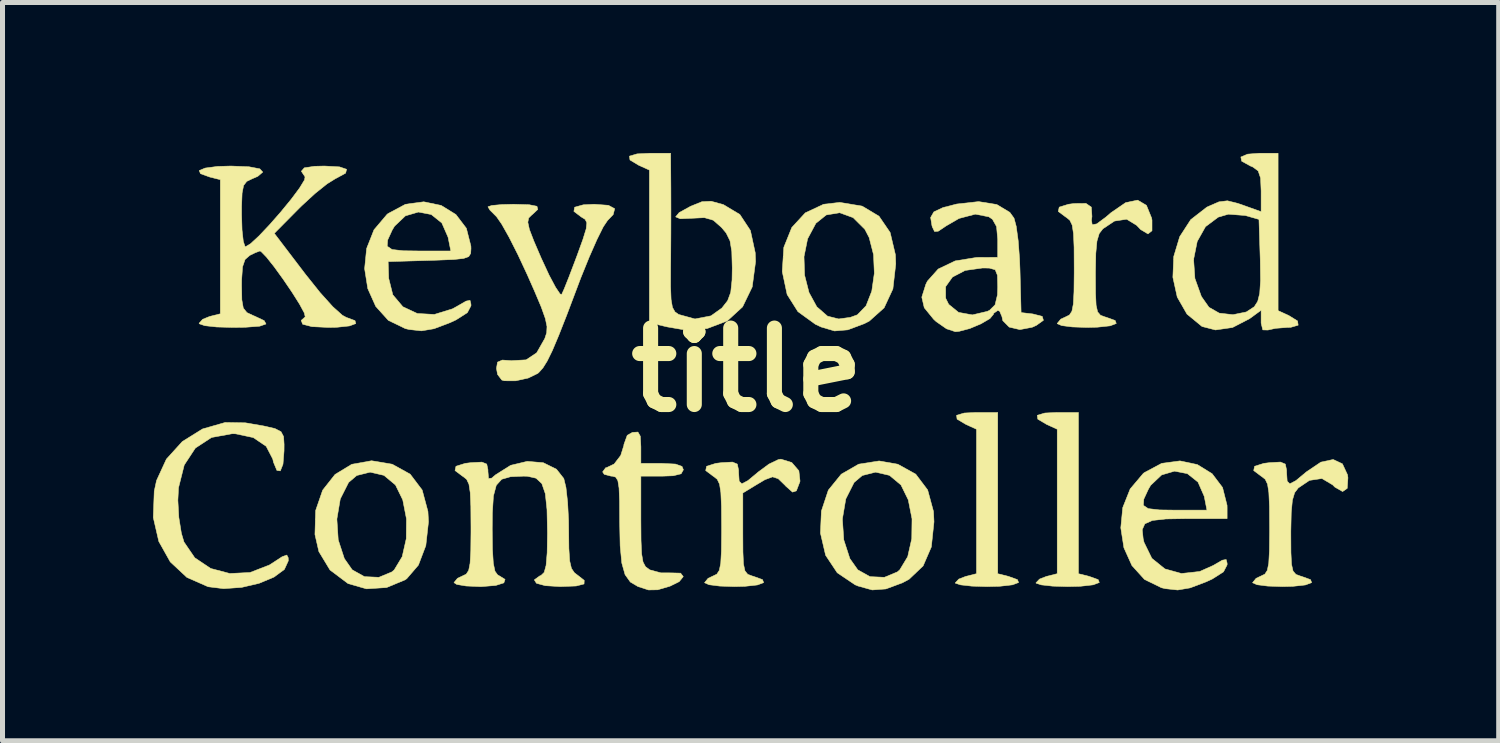
<source format=kicad_pcb>
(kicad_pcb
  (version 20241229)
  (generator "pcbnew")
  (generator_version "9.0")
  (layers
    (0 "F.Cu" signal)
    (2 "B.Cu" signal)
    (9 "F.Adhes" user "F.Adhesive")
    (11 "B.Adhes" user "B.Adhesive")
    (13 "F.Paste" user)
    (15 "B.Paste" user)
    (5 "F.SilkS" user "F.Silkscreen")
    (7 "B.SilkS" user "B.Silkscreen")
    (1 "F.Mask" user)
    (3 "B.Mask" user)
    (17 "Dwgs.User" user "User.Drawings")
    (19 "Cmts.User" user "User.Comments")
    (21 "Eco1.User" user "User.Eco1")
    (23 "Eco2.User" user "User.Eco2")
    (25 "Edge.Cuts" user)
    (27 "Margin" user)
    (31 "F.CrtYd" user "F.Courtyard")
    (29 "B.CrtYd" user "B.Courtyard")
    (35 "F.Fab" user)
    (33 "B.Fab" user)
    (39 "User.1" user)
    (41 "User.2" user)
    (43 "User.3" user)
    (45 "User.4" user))
  (footprint "title"
    (layer "F.Cu")
    (at 11.84 4.323)
    (property "Reference" "title" (at 0 0 0) (layer "F.SilkS") (effects (font (size 1.524 1.524) (thickness 0.3))))
    (attr through_hole)
    (fp_poly (pts (xy 4.995 4.061) (xy 5.207 4.114) (xy 5.388 4.179) (xy 5.411 4.237) (xy 5.289 4.283) (xy 5.033 4.312) (xy 4.784 4.318) (xy 4.48 4.309) (xy 4.256 4.284) (xy 4.151 4.25) (xy 4.149 4.243) (xy 4.22 4.168) (xy 4.36 4.114) (xy 4.572 4.061) (xy 4.572 1.182) (xy 4.36 1.085) (xy 4.185 0.981) (xy 4.175 0.904) (xy 4.327 0.859) (xy 4.572 0.847) (xy 4.995 0.847) (xy 4.995 4.061)) (stroke (width 0.01) (type solid)) (fill yes) (layer "F.SilkS"))
    (fp_poly (pts (xy 6.604 4.061) (xy 6.816 4.114) (xy 6.997 4.179) (xy 7.02 4.237) (xy 6.898 4.283) (xy 6.641 4.312) (xy 6.392 4.318) (xy 6.089 4.309) (xy 5.864 4.284) (xy 5.76 4.25) (xy 5.757 4.243) (xy 5.829 4.168) (xy 5.969 4.114) (xy 6.181 4.061) (xy 6.181 1.182) (xy 5.969 1.085) (xy 5.794 0.981) (xy 5.783 0.904) (xy 5.935 0.859) (xy 6.181 0.847) (xy 6.604 0.847) (xy 6.604 4.061)) (stroke (width 0.01) (type solid)) (fill yes) (layer "F.SilkS"))
    (fp_poly (pts (xy -7.073 1.879) (xy -6.715 2.077) (xy -6.476 2.393) (xy -6.361 2.821) (xy -6.35 3.027) (xy -6.403 3.501) (xy -6.551 3.89) (xy -6.783 4.16) (xy -6.817 4.184) (xy -7.185 4.337) (xy -7.586 4.363) (xy -7.953 4.258) (xy -8.313 3.987) (xy -8.535 3.62) (xy -8.613 3.279) (xy -8.604 2.972) (xy -8.176 2.972) (xy -8.149 3.387) (xy -8.027 3.76) (xy -7.87 3.984) (xy -7.626 4.12) (xy -7.339 4.133) (xy -7.079 4.025) (xy -7.032 3.984) (xy -6.874 3.722) (xy -6.793 3.364) (xy -6.789 2.968) (xy -6.863 2.589) (xy -7.008 2.293) (xy -7.238 2.101) (xy -7.513 2.037) (xy -7.78 2.104) (xy -7.942 2.242) (xy -8.108 2.571) (xy -8.176 2.972) (xy -8.604 2.972) (xy -8.599 2.802) (xy -8.459 2.396) (xy -8.212 2.083) (xy -7.88 1.881) (xy -7.484 1.81) (xy -7.073 1.879)) (stroke (width 0.01) (type solid)) (fill yes) (layer "F.SilkS"))
    (fp_poly (pts (xy 3.003 1.879) (xy 3.361 2.077) (xy 3.599 2.393) (xy 3.715 2.821) (xy 3.725 3.027) (xy 3.672 3.528) (xy 3.508 3.906) (xy 3.229 4.171) (xy 3.097 4.242) (xy 2.766 4.365) (xy 2.494 4.385) (xy 2.209 4.306) (xy 2.152 4.282) (xy 1.797 4.043) (xy 1.565 3.694) (xy 1.462 3.252) (xy 1.474 2.972) (xy 1.899 2.972) (xy 1.927 3.387) (xy 2.048 3.76) (xy 2.206 3.984) (xy 2.449 4.12) (xy 2.737 4.133) (xy 2.996 4.025) (xy 3.043 3.984) (xy 3.201 3.722) (xy 3.282 3.364) (xy 3.287 2.968) (xy 3.212 2.589) (xy 3.067 2.293) (xy 2.837 2.101) (xy 2.562 2.037) (xy 2.296 2.104) (xy 2.133 2.242) (xy 1.967 2.571) (xy 1.899 2.972) (xy 1.474 2.972) (xy 1.481 2.812) (xy 1.619 2.396) (xy 1.877 2.078) (xy 2.224 1.878) (xy 2.631 1.814) (xy 3.003 1.879)) (stroke (width 0.01) (type solid)) (fill yes) (layer "F.SilkS"))
    (fp_poly (pts (xy 2.293 -3.265) (xy 2.629 -3.064) (xy 2.851 -2.739) (xy 2.956 -2.296) (xy 2.963 -2.113) (xy 2.906 -1.615) (xy 2.731 -1.238) (xy 2.437 -0.975) (xy 2.335 -0.922) (xy 2.006 -0.799) (xy 1.743 -0.777) (xy 1.475 -0.856) (xy 1.361 -0.91) (xy 1.013 -1.162) (xy 0.798 -1.503) (xy 0.702 -1.955) (xy 0.701 -1.965) (xy 0.72 -2.257) (xy 1.134 -2.257) (xy 1.146 -1.888) (xy 1.234 -1.543) (xy 1.389 -1.259) (xy 1.603 -1.072) (xy 1.826 -1.016) (xy 2.058 -1.048) (xy 2.198 -1.099) (xy 2.371 -1.278) (xy 2.485 -1.57) (xy 2.536 -1.926) (xy 2.52 -2.298) (xy 2.433 -2.638) (xy 2.347 -2.803) (xy 2.114 -3.035) (xy 1.845 -3.133) (xy 1.578 -3.089) (xy 1.371 -2.923) (xy 1.206 -2.614) (xy 1.134 -2.257) (xy 0.72 -2.257) (xy 0.732 -2.444) (xy 0.891 -2.839) (xy 1.16 -3.131) (xy 1.525 -3.302) (xy 1.848 -3.339) (xy 2.293 -3.265)) (stroke (width 0.01) (type solid)) (fill yes) (layer "F.SilkS"))
    (fp_poly (pts (xy -9.998 1.054) (xy -9.638 1.116) (xy -9.411 1.168) (xy -9.289 1.231) (xy -9.238 1.328) (xy -9.228 1.484) (xy -9.229 1.615) (xy -9.25 1.879) (xy -9.303 2.012) (xy -9.371 2.003) (xy -9.439 1.84) (xy -9.454 1.774) (xy -9.585 1.522) (xy -9.842 1.348) (xy -10.193 1.273) (xy -10.262 1.271) (xy -10.674 1.346) (xy -10.996 1.557) (xy -11.218 1.895) (xy -11.332 2.348) (xy -11.345 2.598) (xy -11.326 2.938) (xy -11.275 3.255) (xy -11.223 3.43) (xy -11.008 3.744) (xy -10.69 3.957) (xy -10.31 4.057) (xy -9.906 4.037) (xy -9.519 3.887) (xy -9.46 3.849) (xy -9.267 3.723) (xy -9.174 3.689) (xy -9.146 3.742) (xy -9.144 3.805) (xy -9.222 3.976) (xy -9.43 4.129) (xy -9.727 4.253) (xy -10.075 4.334) (xy -10.433 4.359) (xy -10.742 4.321) (xy -11.165 4.135) (xy -11.497 3.825) (xy -11.725 3.418) (xy -11.835 2.941) (xy -11.816 2.418) (xy -11.77 2.204) (xy -11.574 1.778) (xy -11.256 1.427) (xy -10.853 1.176) (xy -10.402 1.047) (xy -9.998 1.054)) (stroke (width 0.01) (type solid)) (fill yes) (layer "F.SilkS"))
    (fp_poly (pts (xy -1.519 -3.619) (xy -1.518 -3.206) (xy -1.519 -2.71) (xy -1.522 -2.217) (xy -1.524 -2.059) (xy -1.525 -1.664) (xy -1.515 -1.405) (xy -1.488 -1.248) (xy -1.438 -1.158) (xy -1.365 -1.106) (xy -1.039 -1.016) (xy -0.72 -1.078) (xy -0.502 -1.234) (xy -0.388 -1.38) (xy -0.326 -1.547) (xy -0.3 -1.792) (xy -0.296 -2.032) (xy -0.305 -2.359) (xy -0.34 -2.573) (xy -0.417 -2.729) (xy -0.508 -2.838) (xy -0.674 -2.984) (xy -0.85 -3.035) (xy -1.079 -3.024) (xy -1.333 -3.013) (xy -1.424 -3.051) (xy -1.354 -3.136) (xy -1.125 -3.262) (xy -0.9 -3.353) (xy -0.717 -3.362) (xy -0.479 -3.297) (xy -0.469 -3.293) (xy -0.145 -3.099) (xy 0.066 -2.779) (xy 0.162 -2.336) (xy 0.169 -2.159) (xy 0.102 -1.654) (xy -0.09 -1.257) (xy -0.395 -0.977) (xy -0.799 -0.824) (xy -1.29 -0.806) (xy -1.587 -0.857) (xy -1.947 -0.941) (xy -1.947 -3.983) (xy -2.159 -4.079) (xy -2.334 -4.184) (xy -2.345 -4.261) (xy -2.193 -4.306) (xy -1.947 -4.318) (xy -1.524 -4.318) (xy -1.519 -3.619)) (stroke (width 0.01) (type solid)) (fill yes) (layer "F.SilkS"))
    (fp_poly (pts (xy -2.128 1.321) (xy -2.117 1.532) (xy -2.117 1.863) (xy -1.693 1.863) (xy -1.427 1.876) (xy -1.297 1.923) (xy -1.27 1.99) (xy -1.315 2.07) (xy -1.472 2.109) (xy -1.693 2.117) (xy -2.117 2.117) (xy -2.117 3.003) (xy -2.114 3.402) (xy -2.102 3.666) (xy -2.074 3.828) (xy -2.025 3.921) (xy -1.948 3.979) (xy -1.938 3.985) (xy -1.719 4.044) (xy -1.514 4.045) (xy -1.325 4.05) (xy -1.272 4.119) (xy -1.353 4.219) (xy -1.537 4.31) (xy -1.783 4.382) (xy -1.965 4.385) (xy -2.172 4.318) (xy -2.175 4.317) (xy -2.327 4.227) (xy -2.432 4.08) (xy -2.497 3.849) (xy -2.53 3.507) (xy -2.54 3.024) (xy -2.54 3.011) (xy -2.542 2.613) (xy -2.552 2.355) (xy -2.576 2.206) (xy -2.619 2.136) (xy -2.687 2.117) (xy -2.709 2.117) (xy -2.847 2.081) (xy -2.879 2.032) (xy -2.819 1.95) (xy -2.8 1.947) (xy -2.65 1.875) (xy -2.519 1.705) (xy -2.456 1.504) (xy -2.455 1.485) (xy -2.389 1.303) (xy -2.286 1.245) (xy -2.176 1.238) (xy -2.128 1.321)) (stroke (width 0.01) (type solid)) (fill yes) (layer "F.SilkS"))
    (fp_poly (pts (xy 8.973 1.886) (xy 9.268 2.068) (xy 9.476 2.343) (xy 9.566 2.699) (xy 9.567 2.747) (xy 9.567 2.963) (xy 8.76 2.963) (xy 8.346 2.97) (xy 8.077 3) (xy 7.927 3.067) (xy 7.875 3.184) (xy 7.894 3.364) (xy 7.911 3.436) (xy 8.067 3.755) (xy 8.328 3.966) (xy 8.657 4.057) (xy 9.021 4.017) (xy 9.292 3.896) (xy 9.471 3.792) (xy 9.548 3.778) (xy 9.567 3.851) (xy 9.567 3.885) (xy 9.495 4.024) (xy 9.269 4.168) (xy 9.149 4.223) (xy 8.829 4.344) (xy 8.582 4.386) (xy 8.335 4.359) (xy 8.259 4.341) (xy 7.921 4.176) (xy 7.67 3.899) (xy 7.51 3.544) (xy 7.448 3.147) (xy 7.487 2.744) (xy 7.505 2.699) (xy 7.898 2.699) (xy 7.995 2.764) (xy 8.22 2.79) (xy 8.52 2.794) (xy 9.165 2.794) (xy 9.111 2.519) (xy 8.987 2.236) (xy 8.775 2.067) (xy 8.519 2.017) (xy 8.261 2.093) (xy 8.043 2.3) (xy 7.998 2.377) (xy 7.906 2.576) (xy 7.898 2.699) (xy 7.505 2.699) (xy 7.635 2.372) (xy 7.895 2.064) (xy 7.915 2.048) (xy 8.263 1.862) (xy 8.627 1.813) (xy 8.973 1.886)) (stroke (width 0.01) (type solid)) (fill yes) (layer "F.SilkS"))
    (fp_poly (pts (xy -6.098 -3.279) (xy -5.804 -3.098) (xy -5.595 -2.823) (xy -5.505 -2.469) (xy -5.503 -2.42) (xy -5.509 -2.323) (xy -5.548 -2.259) (xy -5.65 -2.222) (xy -5.848 -2.201) (xy -6.173 -2.188) (xy -6.329 -2.183) (xy -7.154 -2.159) (xy -7.143 -1.825) (xy -7.061 -1.497) (xy -6.86 -1.259) (xy -6.573 -1.125) (xy -6.233 -1.106) (xy -5.871 -1.218) (xy -5.779 -1.269) (xy -5.6 -1.372) (xy -5.522 -1.387) (xy -5.504 -1.313) (xy -5.503 -1.279) (xy -5.576 -1.141) (xy -5.802 -0.997) (xy -5.921 -0.942) (xy -6.241 -0.821) (xy -6.489 -0.779) (xy -6.736 -0.806) (xy -6.812 -0.824) (xy -7.15 -0.988) (xy -7.401 -1.266) (xy -7.56 -1.621) (xy -7.623 -2.018) (xy -7.583 -2.42) (xy -7.565 -2.466) (xy -7.173 -2.466) (xy -7.076 -2.4) (xy -6.851 -2.375) (xy -6.551 -2.371) (xy -5.905 -2.371) (xy -5.96 -2.646) (xy -6.084 -2.929) (xy -6.295 -3.098) (xy -6.551 -3.147) (xy -6.81 -3.071) (xy -7.027 -2.865) (xy -7.073 -2.788) (xy -7.164 -2.589) (xy -7.173 -2.466) (xy -7.565 -2.466) (xy -7.436 -2.793) (xy -7.176 -3.1) (xy -7.156 -3.116) (xy -6.808 -3.302) (xy -6.444 -3.351) (xy -6.098 -3.279)) (stroke (width 0.01) (type solid)) (fill yes) (layer "F.SilkS"))
    (fp_poly (pts (xy 0.89 1.845) (xy 1.032 2.01) (xy 1.055 2.216) (xy 1.051 2.231) (xy 0.982 2.41) (xy 0.905 2.435) (xy 0.772 2.317) (xy 0.758 2.301) (xy 0.621 2.168) (xy 0.507 2.131) (xy 0.356 2.187) (xy 0.191 2.285) (xy -0.085 2.453) (xy -0.085 3.257) (xy -0.083 3.63) (xy -0.072 3.868) (xy -0.043 4.004) (xy 0.012 4.073) (xy 0.102 4.107) (xy 0.127 4.114) (xy 0.307 4.179) (xy 0.33 4.238) (xy 0.208 4.285) (xy -0.046 4.313) (xy -0.254 4.318) (xy -0.546 4.308) (xy -0.758 4.281) (xy -0.846 4.242) (xy -0.847 4.239) (xy -0.777 4.153) (xy -0.677 4.106) (xy -0.603 4.07) (xy -0.554 3.995) (xy -0.525 3.852) (xy -0.512 3.609) (xy -0.508 3.234) (xy -0.508 3.13) (xy -0.511 2.72) (xy -0.523 2.446) (xy -0.549 2.277) (xy -0.595 2.18) (xy -0.666 2.123) (xy -0.677 2.117) (xy -0.825 2.005) (xy -0.807 1.92) (xy -0.623 1.862) (xy -0.508 1.848) (xy -0.292 1.836) (xy -0.195 1.876) (xy -0.17 1.995) (xy -0.169 2.051) (xy -0.158 2.217) (xy -0.105 2.27) (xy 0.016 2.206) (xy 0.225 2.032) (xy 0.435 1.877) (xy 0.622 1.787) (xy 0.674 1.778) (xy 0.89 1.845)) (stroke (width 0.01) (type solid)) (fill yes) (layer "F.SilkS"))
    (fp_poly (pts (xy 7.959 -3.281) (xy 8.062 -3.028) (xy 8.07 -2.985) (xy 8.07 -2.775) (xy 7.99 -2.711) (xy 7.844 -2.798) (xy 7.763 -2.883) (xy 7.565 -3.004) (xy 7.322 -2.967) (xy 7.091 -2.813) (xy 7.018 -2.719) (xy 6.973 -2.568) (xy 6.95 -2.323) (xy 6.943 -1.95) (xy 6.943 -1.893) (xy 6.945 -1.524) (xy 6.956 -1.29) (xy 6.986 -1.157) (xy 7.043 -1.09) (xy 7.135 -1.056) (xy 7.154 -1.051) (xy 7.335 -0.986) (xy 7.358 -0.926) (xy 7.236 -0.879) (xy 6.981 -0.852) (xy 6.773 -0.847) (xy 6.481 -0.857) (xy 6.27 -0.884) (xy 6.181 -0.922) (xy 6.181 -0.926) (xy 6.251 -1.012) (xy 6.35 -1.058) (xy 6.425 -1.095) (xy 6.474 -1.17) (xy 6.502 -1.313) (xy 6.515 -1.556) (xy 6.519 -1.93) (xy 6.519 -2.035) (xy 6.517 -2.445) (xy 6.505 -2.718) (xy 6.479 -2.887) (xy 6.432 -2.984) (xy 6.361 -3.042) (xy 6.35 -3.048) (xy 6.202 -3.159) (xy 6.221 -3.245) (xy 6.405 -3.302) (xy 6.519 -3.317) (xy 6.754 -3.319) (xy 6.861 -3.245) (xy 6.873 -3.06) (xy 6.864 -2.985) (xy 6.878 -2.893) (xy 6.969 -2.911) (xy 7.151 -3.046) (xy 7.252 -3.133) (xy 7.546 -3.335) (xy 7.784 -3.384) (xy 7.959 -3.281)) (stroke (width 0.01) (type solid)) (fill yes) (layer "F.SilkS"))
    (fp_poly (pts (xy 11.865 1.871) (xy 11.967 2.091) (xy 11.975 2.149) (xy 11.961 2.36) (xy 11.869 2.424) (xy 11.713 2.334) (xy 11.671 2.291) (xy 11.457 2.164) (xy 11.209 2.201) (xy 10.986 2.351) (xy 10.913 2.446) (xy 10.868 2.597) (xy 10.845 2.842) (xy 10.837 3.215) (xy 10.837 3.271) (xy 10.839 3.641) (xy 10.851 3.875) (xy 10.881 4.008) (xy 10.938 4.075) (xy 11.03 4.109) (xy 11.049 4.114) (xy 11.229 4.179) (xy 11.252 4.238) (xy 11.13 4.285) (xy 10.876 4.313) (xy 10.668 4.318) (xy 10.376 4.308) (xy 10.164 4.281) (xy 10.076 4.242) (xy 10.075 4.239) (xy 10.145 4.153) (xy 10.245 4.106) (xy 10.319 4.07) (xy 10.368 3.995) (xy 10.397 3.852) (xy 10.41 3.609) (xy 10.414 3.234) (xy 10.414 3.13) (xy 10.411 2.72) (xy 10.399 2.446) (xy 10.373 2.277) (xy 10.327 2.18) (xy 10.256 2.123) (xy 10.245 2.117) (xy 10.097 2.005) (xy 10.115 1.92) (xy 10.299 1.862) (xy 10.414 1.848) (xy 10.63 1.836) (xy 10.727 1.876) (xy 10.752 1.995) (xy 10.753 2.051) (xy 10.764 2.217) (xy 10.817 2.27) (xy 10.938 2.206) (xy 11.147 2.032) (xy 11.435 1.838) (xy 11.681 1.785) (xy 11.865 1.871)) (stroke (width 0.01) (type solid)) (fill yes) (layer "F.SilkS"))
    (fp_poly (pts (xy 10.583 -1.182) (xy 10.795 -1.085) (xy 10.971 -0.976) (xy 10.983 -0.892) (xy 10.835 -0.849) (xy 10.76 -0.847) (xy 10.531 -0.829) (xy 10.379 -0.795) (xy 10.278 -0.798) (xy 10.245 -0.933) (xy 10.245 -0.967) (xy 10.245 -1.19) (xy 10.012 -1.02) (xy 9.675 -0.846) (xy 9.335 -0.797) (xy 9.067 -0.866) (xy 8.767 -1.113) (xy 8.573 -1.452) (xy 8.486 -1.847) (xy 8.501 -2.203) (xy 8.899 -2.203) (xy 8.925 -1.824) (xy 9.054 -1.464) (xy 9.205 -1.249) (xy 9.41 -1.132) (xy 9.684 -1.101) (xy 9.951 -1.156) (xy 10.108 -1.259) (xy 10.177 -1.367) (xy 10.217 -1.528) (xy 10.233 -1.778) (xy 10.228 -2.154) (xy 10.227 -2.209) (xy 10.202 -3) (xy 9.93 -3.078) (xy 9.592 -3.104) (xy 9.39 -3.045) (xy 9.136 -2.855) (xy 8.971 -2.561) (xy 8.899 -2.203) (xy 8.501 -2.203) (xy 8.503 -2.26) (xy 8.622 -2.655) (xy 8.842 -2.995) (xy 9.161 -3.243) (xy 9.181 -3.253) (xy 9.403 -3.35) (xy 9.573 -3.371) (xy 9.778 -3.32) (xy 9.88 -3.285) (xy 10.245 -3.154) (xy 10.245 -3.569) (xy 10.234 -3.825) (xy 10.186 -3.967) (xy 10.079 -4.045) (xy 10.033 -4.064) (xy 9.857 -4.161) (xy 9.841 -4.244) (xy 9.976 -4.301) (xy 10.202 -4.318) (xy 10.583 -4.318) (xy 10.583 -1.182)) (stroke (width 0.01) (type solid)) (fill yes) (layer "F.SilkS"))
    (fp_poly (pts (xy -2.764 -3.281) (xy -2.639 -3.214) (xy -2.669 -3.096) (xy -2.783 -2.977) (xy -2.868 -2.85) (xy -2.994 -2.596) (xy -3.148 -2.246) (xy -3.315 -1.834) (xy -3.384 -1.651) (xy -3.592 -1.1) (xy -3.755 -0.686) (xy -3.881 -0.387) (xy -3.983 -0.179) (xy -4.069 -0.041) (xy -4.151 0.051) (xy -4.172 0.069) (xy -4.363 0.162) (xy -4.615 0.217) (xy -4.839 0.216) (xy -4.889 0.201) (xy -4.974 0.089) (xy -4.995 -0.032) (xy -4.974 -0.156) (xy -4.877 -0.197) (xy -4.698 -0.185) (xy -4.405 -0.201) (xy -4.193 -0.342) (xy -4.032 -0.626) (xy -3.994 -0.742) (xy -3.988 -0.865) (xy -4.021 -1.024) (xy -4.102 -1.252) (xy -4.24 -1.579) (xy -4.383 -1.902) (xy -4.567 -2.296) (xy -4.742 -2.642) (xy -4.89 -2.905) (xy -4.992 -3.052) (xy -5.002 -3.062) (xy -5.125 -3.185) (xy -5.165 -3.252) (xy -5.088 -3.278) (xy -4.888 -3.296) (xy -4.657 -3.302) (xy -4.345 -3.293) (xy -4.188 -3.262) (xy -4.172 -3.199) (xy -4.281 -3.097) (xy -4.292 -3.089) (xy -4.353 -3.029) (xy -4.37 -2.943) (xy -4.339 -2.8) (xy -4.25 -2.569) (xy -4.098 -2.216) (xy -4.091 -2.202) (xy -3.944 -1.885) (xy -3.817 -1.647) (xy -3.728 -1.515) (xy -3.696 -1.503) (xy -3.645 -1.616) (xy -3.553 -1.846) (xy -3.437 -2.151) (xy -3.391 -2.273) (xy -3.271 -2.605) (xy -3.207 -2.813) (xy -3.194 -2.933) (xy -3.228 -3.001) (xy -3.305 -3.049) (xy -3.452 -3.16) (xy -3.437 -3.243) (xy -3.265 -3.291) (xy -3.048 -3.302) (xy -2.764 -3.281)) (stroke (width 0.01) (type solid)) (fill yes) (layer "F.SilkS"))
    (fp_poly (pts (xy 4.976 -3.297) (xy 5.236 -3.141) (xy 5.32 -3.025) (xy 5.364 -2.861) (xy 5.403 -2.576) (xy 5.43 -2.215) (xy 5.439 -1.99) (xy 5.461 -1.143) (xy 5.694 -1.116) (xy 5.882 -1.068) (xy 5.906 -0.989) (xy 5.765 -0.888) (xy 5.68 -0.85) (xy 5.436 -0.804) (xy 5.223 -0.854) (xy 5.096 -0.983) (xy 5.08 -1.061) (xy 5.033 -1.172) (xy 4.995 -1.185) (xy 4.913 -1.128) (xy 4.911 -1.11) (xy 4.839 -1.023) (xy 4.661 -0.919) (xy 4.437 -0.825) (xy 4.224 -0.769) (xy 4.151 -0.762) (xy 3.975 -0.82) (xy 3.769 -0.963) (xy 3.719 -1.009) (xy 3.531 -1.24) (xy 3.482 -1.451) (xy 3.548 -1.66) (xy 3.957 -1.66) (xy 3.957 -1.431) (xy 4.018 -1.307) (xy 4.215 -1.147) (xy 4.49 -1.097) (xy 4.787 -1.167) (xy 4.832 -1.188) (xy 4.942 -1.297) (xy 4.99 -1.497) (xy 4.995 -1.654) (xy 4.989 -1.887) (xy 4.945 -1.997) (xy 4.827 -2.03) (xy 4.693 -2.032) (xy 4.346 -1.983) (xy 4.093 -1.851) (xy 3.957 -1.66) (xy 3.548 -1.66) (xy 3.562 -1.705) (xy 3.594 -1.77) (xy 3.809 -2.011) (xy 4.147 -2.173) (xy 4.574 -2.242) (xy 4.636 -2.243) (xy 4.995 -2.244) (xy 4.995 -2.601) (xy 4.972 -2.857) (xy 4.89 -3.003) (xy 4.818 -3.052) (xy 4.548 -3.105) (xy 4.223 -3.019) (xy 3.969 -2.872) (xy 3.81 -2.765) (xy 3.736 -2.759) (xy 3.691 -2.852) (xy 3.684 -2.877) (xy 3.658 -3.038) (xy 3.722 -3.15) (xy 3.904 -3.236) (xy 4.18 -3.307) (xy 4.615 -3.355) (xy 4.976 -3.297)) (stroke (width 0.01) (type solid)) (fill yes) (layer "F.SilkS"))
    (fp_poly (pts (xy -4.062 1.849) (xy -3.799 1.979) (xy -3.653 2.165) (xy -3.61 2.343) (xy -3.577 2.639) (xy -3.558 3.002) (xy -3.556 3.178) (xy -3.552 3.559) (xy -3.536 3.806) (xy -3.501 3.955) (xy -3.441 4.043) (xy -3.387 4.084) (xy -3.246 4.194) (xy -3.25 4.266) (xy -3.407 4.306) (xy -3.724 4.318) (xy -3.725 4.318) (xy -4.021 4.3) (xy -4.198 4.252) (xy -4.241 4.184) (xy -4.132 4.105) (xy -4.106 4.095) (xy -4.044 4.035) (xy -4.006 3.895) (xy -3.985 3.646) (xy -3.979 3.257) (xy -3.979 3.245) (xy -3.988 2.783) (xy -4.022 2.465) (xy -4.091 2.265) (xy -4.206 2.158) (xy -4.378 2.119) (xy -4.454 2.117) (xy -4.714 2.128) (xy -4.891 2.179) (xy -4.999 2.299) (xy -5.056 2.513) (xy -5.077 2.851) (xy -5.08 3.169) (xy -5.075 3.581) (xy -5.058 3.852) (xy -5.025 4.011) (xy -4.972 4.085) (xy -4.953 4.095) (xy -4.824 4.174) (xy -4.848 4.244) (xy -5.009 4.295) (xy -5.29 4.318) (xy -5.334 4.318) (xy -5.602 4.306) (xy -5.786 4.275) (xy -5.842 4.239) (xy -5.772 4.153) (xy -5.673 4.106) (xy -5.598 4.07) (xy -5.549 3.995) (xy -5.521 3.852) (xy -5.507 3.609) (xy -5.503 3.234) (xy -5.503 3.13) (xy -5.506 2.72) (xy -5.518 2.446) (xy -5.544 2.277) (xy -5.59 2.18) (xy -5.662 2.123) (xy -5.673 2.117) (xy -5.821 2.005) (xy -5.802 1.92) (xy -5.618 1.862) (xy -5.503 1.848) (xy -5.286 1.837) (xy -5.189 1.876) (xy -5.165 1.99) (xy -5.165 2.022) (xy -5.153 2.164) (xy -5.091 2.157) (xy -5.011 2.089) (xy -4.712 1.901) (xy -4.381 1.822) (xy -4.062 1.849)) (stroke (width 0.01) (type solid)) (fill yes) (layer "F.SilkS"))
    (fp_poly (pts (xy -8.123 -4.047) (xy -7.982 -3.999) (xy -8.002 -3.922) (xy -8.187 -3.821) (xy -8.199 -3.816) (xy -8.371 -3.709) (xy -8.613 -3.515) (xy -8.876 -3.273) (xy -8.931 -3.219) (xy -9.423 -2.722) (xy -8.804 -1.909) (xy -8.509 -1.54) (xy -8.257 -1.26) (xy -8.066 -1.089) (xy -7.988 -1.047) (xy -7.815 -0.983) (xy -7.799 -0.924) (xy -7.925 -0.877) (xy -8.179 -0.85) (xy -8.34 -0.847) (xy -8.673 -0.863) (xy -8.858 -0.911) (xy -8.887 -0.987) (xy -8.807 -1.058) (xy -8.825 -1.136) (xy -8.921 -1.313) (xy -9.07 -1.549) (xy -9.247 -1.809) (xy -9.425 -2.055) (xy -9.581 -2.251) (xy -9.687 -2.36) (xy -9.71 -2.371) (xy -9.806 -2.335) (xy -9.912 -2.283) (xy -10.006 -2.201) (xy -10.056 -2.055) (xy -10.074 -1.799) (xy -10.075 -1.683) (xy -10.07 -1.397) (xy -10.041 -1.233) (xy -9.969 -1.143) (xy -9.833 -1.079) (xy -9.821 -1.075) (xy -9.625 -0.983) (xy -9.588 -0.916) (xy -9.714 -0.872) (xy -10.004 -0.85) (xy -10.245 -0.847) (xy -10.572 -0.856) (xy -10.808 -0.882) (xy -10.918 -0.92) (xy -10.922 -0.93) (xy -10.85 -1.01) (xy -10.71 -1.066) (xy -10.499 -1.119) (xy -10.499 -3.792) (xy -10.71 -3.845) (xy -10.893 -3.911) (xy -10.92 -3.973) (xy -10.803 -4.023) (xy -10.556 -4.056) (xy -10.287 -4.064) (xy -9.926 -4.049) (xy -9.712 -4.008) (xy -9.653 -3.943) (xy -9.753 -3.858) (xy -9.864 -3.81) (xy -9.972 -3.758) (xy -10.035 -3.676) (xy -10.065 -3.524) (xy -10.075 -3.262) (xy -10.075 -3.092) (xy -10.066 -2.788) (xy -10.041 -2.563) (xy -10.006 -2.458) (xy -9.998 -2.455) (xy -9.897 -2.515) (xy -9.728 -2.671) (xy -9.518 -2.893) (xy -9.295 -3.147) (xy -9.086 -3.402) (xy -8.919 -3.626) (xy -8.821 -3.787) (xy -8.81 -3.848) (xy -8.884 -3.96) (xy -8.825 -4.028) (xy -8.62 -4.059) (xy -8.424 -4.064) (xy -8.123 -4.047)) (stroke (width 0.01) (type solid)) (fill yes) (layer "F.SilkS")))
  (gr_rect
    (start -3 -3)
    (end 26.82 11.714)
    (stroke (width 0.1) (type default))
    (fill no)
    (layer "Edge.Cuts")))
</source>
